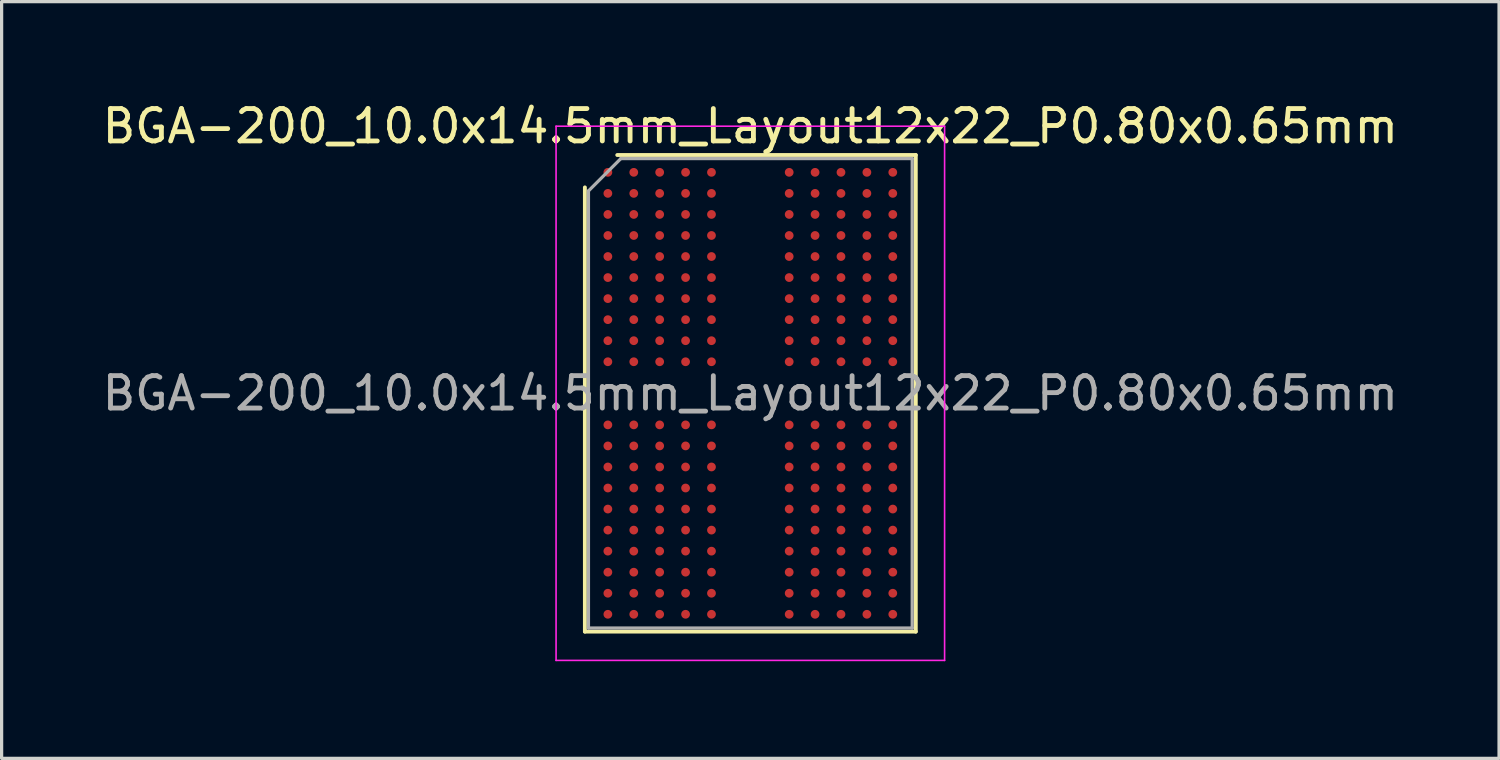
<source format=kicad_pcb>
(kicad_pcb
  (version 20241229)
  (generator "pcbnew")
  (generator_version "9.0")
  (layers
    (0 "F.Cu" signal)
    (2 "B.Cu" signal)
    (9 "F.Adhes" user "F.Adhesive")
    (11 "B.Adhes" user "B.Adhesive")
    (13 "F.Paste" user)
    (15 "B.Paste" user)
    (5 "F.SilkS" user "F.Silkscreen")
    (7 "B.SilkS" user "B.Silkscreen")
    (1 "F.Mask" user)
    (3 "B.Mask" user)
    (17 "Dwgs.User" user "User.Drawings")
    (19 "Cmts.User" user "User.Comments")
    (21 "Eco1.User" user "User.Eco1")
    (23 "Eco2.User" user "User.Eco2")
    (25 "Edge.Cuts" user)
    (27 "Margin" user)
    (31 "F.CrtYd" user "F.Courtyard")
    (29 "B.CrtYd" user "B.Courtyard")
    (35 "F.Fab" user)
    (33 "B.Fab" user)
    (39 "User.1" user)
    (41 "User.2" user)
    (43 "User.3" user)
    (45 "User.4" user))
  (footprint "BGA-200_10.0x14.5mm_Layout12x22_P0.80x0.65mm"
    (layer "F.Cu")
    (at 20.125 9.098)
    (property "Reference" "BGA-200_10.0x14.5mm_Layout12x22_P0.80x0.65mm" (at 0 -8.25 0) (layer "F.SilkS") (effects (font (size 1 1) (thickness 0.15))))
    (attr smd)
    (fp_line (start -5.11 7.36) (end -5.11 -6.36) (stroke (width 0.12) (type solid)) (layer "F.SilkS"))
    (fp_line (start -4.11 -7.36) (end 5.11 -7.36) (stroke (width 0.12) (type solid)) (layer "F.SilkS"))
    (fp_line (start 5.11 -7.36) (end 5.11 7.36) (stroke (width 0.12) (type solid)) (layer "F.SilkS"))
    (fp_line (start 5.11 7.36) (end -5.11 7.36) (stroke (width 0.12) (type solid)) (layer "F.SilkS"))
    (fp_line (start -6 -8.25) (end -6 8.25) (stroke (width 0.05) (type solid)) (layer "F.CrtYd"))
    (fp_line (start -6 8.25) (end 6 8.25) (stroke (width 0.05) (type solid)) (layer "F.CrtYd"))
    (fp_line (start 6 -8.25) (end -6 -8.25) (stroke (width 0.05) (type solid)) (layer "F.CrtYd"))
    (fp_line (start 6 8.25) (end 6 -8.25) (stroke (width 0.05) (type solid)) (layer "F.CrtYd"))
    (fp_line (start -5 -6.25) (end -4 -7.25) (stroke (width 0.1) (type solid)) (layer "F.Fab"))
    (fp_line (start -5 7.25) (end -5 -6.25) (stroke (width 0.1) (type solid)) (layer "F.Fab"))
    (fp_line (start -4 -7.25) (end 5 -7.25) (stroke (width 0.1) (type solid)) (layer "F.Fab"))
    (fp_line (start 5 -7.25) (end 5 7.25) (stroke (width 0.1) (type solid)) (layer "F.Fab"))
    (fp_line (start 5 7.25) (end -5 7.25) (stroke (width 0.1) (type solid)) (layer "F.Fab"))
    (fp_text user "${REFERENCE}" (at 0 0 0) (layer "F.Fab") (effects (font (size 1 1) (thickness 0.15))))
    (pad "A1" smd circle (at -4.4 -6.825) (size 0.27 0.27) (layers "F.Cu" "F.Mask" "F.Paste"))
    (pad "A2" smd circle (at -3.6 -6.825) (size 0.27 0.27) (layers "F.Cu" "F.Mask" "F.Paste"))
    (pad "A3" smd circle (at -2.8 -6.825) (size 0.27 0.27) (layers "F.Cu" "F.Mask" "F.Paste"))
    (pad "A4" smd circle (at -2 -6.825) (size 0.27 0.27) (layers "F.Cu" "F.Mask" "F.Paste"))
    (pad "A5" smd circle (at -1.2 -6.825) (size 0.27 0.27) (layers "F.Cu" "F.Mask" "F.Paste"))
    (pad "A8" smd circle (at 1.2 -6.825) (size 0.27 0.27) (layers "F.Cu" "F.Mask" "F.Paste"))
    (pad "A9" smd circle (at 2 -6.825) (size 0.27 0.27) (layers "F.Cu" "F.Mask" "F.Paste"))
    (pad "A10" smd circle (at 2.8 -6.825) (size 0.27 0.27) (layers "F.Cu" "F.Mask" "F.Paste"))
    (pad "A11" smd circle (at 3.6 -6.825) (size 0.27 0.27) (layers "F.Cu" "F.Mask" "F.Paste"))
    (pad "A12" smd circle (at 4.4 -6.825) (size 0.27 0.27) (layers "F.Cu" "F.Mask" "F.Paste"))
    (pad "AA1" smd circle (at -4.4 6.175) (size 0.27 0.27) (layers "F.Cu" "F.Mask" "F.Paste"))
    (pad "AA2" smd circle (at -3.6 6.175) (size 0.27 0.27) (layers "F.Cu" "F.Mask" "F.Paste"))
    (pad "AA3" smd circle (at -2.8 6.175) (size 0.27 0.27) (layers "F.Cu" "F.Mask" "F.Paste"))
    (pad "AA4" smd circle (at -2 6.175) (size 0.27 0.27) (layers "F.Cu" "F.Mask" "F.Paste"))
    (pad "AA5" smd circle (at -1.2 6.175) (size 0.27 0.27) (layers "F.Cu" "F.Mask" "F.Paste"))
    (pad "AA8" smd circle (at 1.2 6.175) (size 0.27 0.27) (layers "F.Cu" "F.Mask" "F.Paste"))
    (pad "AA9" smd circle (at 2 6.175) (size 0.27 0.27) (layers "F.Cu" "F.Mask" "F.Paste"))
    (pad "AA10" smd circle (at 2.8 6.175) (size 0.27 0.27) (layers "F.Cu" "F.Mask" "F.Paste"))
    (pad "AA11" smd circle (at 3.6 6.175) (size 0.27 0.27) (layers "F.Cu" "F.Mask" "F.Paste"))
    (pad "AA12" smd circle (at 4.4 6.175) (size 0.27 0.27) (layers "F.Cu" "F.Mask" "F.Paste"))
    (pad "AB1" smd circle (at -4.4 6.825) (size 0.27 0.27) (layers "F.Cu" "F.Mask" "F.Paste"))
    (pad "AB2" smd circle (at -3.6 6.825) (size 0.27 0.27) (layers "F.Cu" "F.Mask" "F.Paste"))
    (pad "AB3" smd circle (at -2.8 6.825) (size 0.27 0.27) (layers "F.Cu" "F.Mask" "F.Paste"))
    (pad "AB4" smd circle (at -2 6.825) (size 0.27 0.27) (layers "F.Cu" "F.Mask" "F.Paste"))
    (pad "AB5" smd circle (at -1.2 6.825) (size 0.27 0.27) (layers "F.Cu" "F.Mask" "F.Paste"))
    (pad "AB8" smd circle (at 1.2 6.825) (size 0.27 0.27) (layers "F.Cu" "F.Mask" "F.Paste"))
    (pad "AB9" smd circle (at 2 6.825) (size 0.27 0.27) (layers "F.Cu" "F.Mask" "F.Paste"))
    (pad "AB10" smd circle (at 2.8 6.825) (size 0.27 0.27) (layers "F.Cu" "F.Mask" "F.Paste"))
    (pad "AB11" smd circle (at 3.6 6.825) (size 0.27 0.27) (layers "F.Cu" "F.Mask" "F.Paste"))
    (pad "AB12" smd circle (at 4.4 6.825) (size 0.27 0.27) (layers "F.Cu" "F.Mask" "F.Paste"))
    (pad "B1" smd circle (at -4.4 -6.175) (size 0.27 0.27) (layers "F.Cu" "F.Mask" "F.Paste"))
    (pad "B2" smd circle (at -3.6 -6.175) (size 0.27 0.27) (layers "F.Cu" "F.Mask" "F.Paste"))
    (pad "B3" smd circle (at -2.8 -6.175) (size 0.27 0.27) (layers "F.Cu" "F.Mask" "F.Paste"))
    (pad "B4" smd circle (at -2 -6.175) (size 0.27 0.27) (layers "F.Cu" "F.Mask" "F.Paste"))
    (pad "B5" smd circle (at -1.2 -6.175) (size 0.27 0.27) (layers "F.Cu" "F.Mask" "F.Paste"))
    (pad "B8" smd circle (at 1.2 -6.175) (size 0.27 0.27) (layers "F.Cu" "F.Mask" "F.Paste"))
    (pad "B9" smd circle (at 2 -6.175) (size 0.27 0.27) (layers "F.Cu" "F.Mask" "F.Paste"))
    (pad "B10" smd circle (at 2.8 -6.175) (size 0.27 0.27) (layers "F.Cu" "F.Mask" "F.Paste"))
    (pad "B11" smd circle (at 3.6 -6.175) (size 0.27 0.27) (layers "F.Cu" "F.Mask" "F.Paste"))
    (pad "B12" smd circle (at 4.4 -6.175) (size 0.27 0.27) (layers "F.Cu" "F.Mask" "F.Paste"))
    (pad "C1" smd circle (at -4.4 -5.525) (size 0.27 0.27) (layers "F.Cu" "F.Mask" "F.Paste"))
    (pad "C2" smd circle (at -3.6 -5.525) (size 0.27 0.27) (layers "F.Cu" "F.Mask" "F.Paste"))
    (pad "C3" smd circle (at -2.8 -5.525) (size 0.27 0.27) (layers "F.Cu" "F.Mask" "F.Paste"))
    (pad "C4" smd circle (at -2 -5.525) (size 0.27 0.27) (layers "F.Cu" "F.Mask" "F.Paste"))
    (pad "C5" smd circle (at -1.2 -5.525) (size 0.27 0.27) (layers "F.Cu" "F.Mask" "F.Paste"))
    (pad "C8" smd circle (at 1.2 -5.525) (size 0.27 0.27) (layers "F.Cu" "F.Mask" "F.Paste"))
    (pad "C9" smd circle (at 2 -5.525) (size 0.27 0.27) (layers "F.Cu" "F.Mask" "F.Paste"))
    (pad "C10" smd circle (at 2.8 -5.525) (size 0.27 0.27) (layers "F.Cu" "F.Mask" "F.Paste"))
    (pad "C11" smd circle (at 3.6 -5.525) (size 0.27 0.27) (layers "F.Cu" "F.Mask" "F.Paste"))
    (pad "C12" smd circle (at 4.4 -5.525) (size 0.27 0.27) (layers "F.Cu" "F.Mask" "F.Paste"))
    (pad "D1" smd circle (at -4.4 -4.875) (size 0.27 0.27) (layers "F.Cu" "F.Mask" "F.Paste"))
    (pad "D2" smd circle (at -3.6 -4.875) (size 0.27 0.27) (layers "F.Cu" "F.Mask" "F.Paste"))
    (pad "D3" smd circle (at -2.8 -4.875) (size 0.27 0.27) (layers "F.Cu" "F.Mask" "F.Paste"))
    (pad "D4" smd circle (at -2 -4.875) (size 0.27 0.27) (layers "F.Cu" "F.Mask" "F.Paste"))
    (pad "D5" smd circle (at -1.2 -4.875) (size 0.27 0.27) (layers "F.Cu" "F.Mask" "F.Paste"))
    (pad "D8" smd circle (at 1.2 -4.875) (size 0.27 0.27) (layers "F.Cu" "F.Mask" "F.Paste"))
    (pad "D9" smd circle (at 2 -4.875) (size 0.27 0.27) (layers "F.Cu" "F.Mask" "F.Paste"))
    (pad "D10" smd circle (at 2.8 -4.875) (size 0.27 0.27) (layers "F.Cu" "F.Mask" "F.Paste"))
    (pad "D11" smd circle (at 3.6 -4.875) (size 0.27 0.27) (layers "F.Cu" "F.Mask" "F.Paste"))
    (pad "D12" smd circle (at 4.4 -4.875) (size 0.27 0.27) (layers "F.Cu" "F.Mask" "F.Paste"))
    (pad "E1" smd circle (at -4.4 -4.225) (size 0.27 0.27) (layers "F.Cu" "F.Mask" "F.Paste"))
    (pad "E2" smd circle (at -3.6 -4.225) (size 0.27 0.27) (layers "F.Cu" "F.Mask" "F.Paste"))
    (pad "E3" smd circle (at -2.8 -4.225) (size 0.27 0.27) (layers "F.Cu" "F.Mask" "F.Paste"))
    (pad "E4" smd circle (at -2 -4.225) (size 0.27 0.27) (layers "F.Cu" "F.Mask" "F.Paste"))
    (pad "E5" smd circle (at -1.2 -4.225) (size 0.27 0.27) (layers "F.Cu" "F.Mask" "F.Paste"))
    (pad "E8" smd circle (at 1.2 -4.225) (size 0.27 0.27) (layers "F.Cu" "F.Mask" "F.Paste"))
    (pad "E9" smd circle (at 2 -4.225) (size 0.27 0.27) (layers "F.Cu" "F.Mask" "F.Paste"))
    (pad "E10" smd circle (at 2.8 -4.225) (size 0.27 0.27) (layers "F.Cu" "F.Mask" "F.Paste"))
    (pad "E11" smd circle (at 3.6 -4.225) (size 0.27 0.27) (layers "F.Cu" "F.Mask" "F.Paste"))
    (pad "E12" smd circle (at 4.4 -4.225) (size 0.27 0.27) (layers "F.Cu" "F.Mask" "F.Paste"))
    (pad "F1" smd circle (at -4.4 -3.575) (size 0.27 0.27) (layers "F.Cu" "F.Mask" "F.Paste"))
    (pad "F2" smd circle (at -3.6 -3.575) (size 0.27 0.27) (layers "F.Cu" "F.Mask" "F.Paste"))
    (pad "F3" smd circle (at -2.8 -3.575) (size 0.27 0.27) (layers "F.Cu" "F.Mask" "F.Paste"))
    (pad "F4" smd circle (at -2 -3.575) (size 0.27 0.27) (layers "F.Cu" "F.Mask" "F.Paste"))
    (pad "F5" smd circle (at -1.2 -3.575) (size 0.27 0.27) (layers "F.Cu" "F.Mask" "F.Paste"))
    (pad "F8" smd circle (at 1.2 -3.575) (size 0.27 0.27) (layers "F.Cu" "F.Mask" "F.Paste"))
    (pad "F9" smd circle (at 2 -3.575) (size 0.27 0.27) (layers "F.Cu" "F.Mask" "F.Paste"))
    (pad "F10" smd circle (at 2.8 -3.575) (size 0.27 0.27) (layers "F.Cu" "F.Mask" "F.Paste"))
    (pad "F11" smd circle (at 3.6 -3.575) (size 0.27 0.27) (layers "F.Cu" "F.Mask" "F.Paste"))
    (pad "F12" smd circle (at 4.4 -3.575) (size 0.27 0.27) (layers "F.Cu" "F.Mask" "F.Paste"))
    (pad "G1" smd circle (at -4.4 -2.925) (size 0.27 0.27) (layers "F.Cu" "F.Mask" "F.Paste"))
    (pad "G2" smd circle (at -3.6 -2.925) (size 0.27 0.27) (layers "F.Cu" "F.Mask" "F.Paste"))
    (pad "G3" smd circle (at -2.8 -2.925) (size 0.27 0.27) (layers "F.Cu" "F.Mask" "F.Paste"))
    (pad "G4" smd circle (at -2 -2.925) (size 0.27 0.27) (layers "F.Cu" "F.Mask" "F.Paste"))
    (pad "G5" smd circle (at -1.2 -2.925) (size 0.27 0.27) (layers "F.Cu" "F.Mask" "F.Paste"))
    (pad "G8" smd circle (at 1.2 -2.925) (size 0.27 0.27) (layers "F.Cu" "F.Mask" "F.Paste"))
    (pad "G9" smd circle (at 2 -2.925) (size 0.27 0.27) (layers "F.Cu" "F.Mask" "F.Paste"))
    (pad "G10" smd circle (at 2.8 -2.925) (size 0.27 0.27) (layers "F.Cu" "F.Mask" "F.Paste"))
    (pad "G11" smd circle (at 3.6 -2.925) (size 0.27 0.27) (layers "F.Cu" "F.Mask" "F.Paste"))
    (pad "G12" smd circle (at 4.4 -2.925) (size 0.27 0.27) (layers "F.Cu" "F.Mask" "F.Paste"))
    (pad "H1" smd circle (at -4.4 -2.275) (size 0.27 0.27) (layers "F.Cu" "F.Mask" "F.Paste"))
    (pad "H2" smd circle (at -3.6 -2.275) (size 0.27 0.27) (layers "F.Cu" "F.Mask" "F.Paste"))
    (pad "H3" smd circle (at -2.8 -2.275) (size 0.27 0.27) (layers "F.Cu" "F.Mask" "F.Paste"))
    (pad "H4" smd circle (at -2 -2.275) (size 0.27 0.27) (layers "F.Cu" "F.Mask" "F.Paste"))
    (pad "H5" smd circle (at -1.2 -2.275) (size 0.27 0.27) (layers "F.Cu" "F.Mask" "F.Paste"))
    (pad "H8" smd circle (at 1.2 -2.275) (size 0.27 0.27) (layers "F.Cu" "F.Mask" "F.Paste"))
    (pad "H9" smd circle (at 2 -2.275) (size 0.27 0.27) (layers "F.Cu" "F.Mask" "F.Paste"))
    (pad "H10" smd circle (at 2.8 -2.275) (size 0.27 0.27) (layers "F.Cu" "F.Mask" "F.Paste"))
    (pad "H11" smd circle (at 3.6 -2.275) (size 0.27 0.27) (layers "F.Cu" "F.Mask" "F.Paste"))
    (pad "H12" smd circle (at 4.4 -2.275) (size 0.27 0.27) (layers "F.Cu" "F.Mask" "F.Paste"))
    (pad "J1" smd circle (at -4.4 -1.625) (size 0.27 0.27) (layers "F.Cu" "F.Mask" "F.Paste"))
    (pad "J2" smd circle (at -3.6 -1.625) (size 0.27 0.27) (layers "F.Cu" "F.Mask" "F.Paste"))
    (pad "J3" smd circle (at -2.8 -1.625) (size 0.27 0.27) (layers "F.Cu" "F.Mask" "F.Paste"))
    (pad "J4" smd circle (at -2 -1.625) (size 0.27 0.27) (layers "F.Cu" "F.Mask" "F.Paste"))
    (pad "J5" smd circle (at -1.2 -1.625) (size 0.27 0.27) (layers "F.Cu" "F.Mask" "F.Paste"))
    (pad "J8" smd circle (at 1.2 -1.625) (size 0.27 0.27) (layers "F.Cu" "F.Mask" "F.Paste"))
    (pad "J9" smd circle (at 2 -1.625) (size 0.27 0.27) (layers "F.Cu" "F.Mask" "F.Paste"))
    (pad "J10" smd circle (at 2.8 -1.625) (size 0.27 0.27) (layers "F.Cu" "F.Mask" "F.Paste"))
    (pad "J11" smd circle (at 3.6 -1.625) (size 0.27 0.27) (layers "F.Cu" "F.Mask" "F.Paste"))
    (pad "J12" smd circle (at 4.4 -1.625) (size 0.27 0.27) (layers "F.Cu" "F.Mask" "F.Paste"))
    (pad "K1" smd circle (at -4.4 -0.975) (size 0.27 0.27) (layers "F.Cu" "F.Mask" "F.Paste"))
    (pad "K2" smd circle (at -3.6 -0.975) (size 0.27 0.27) (layers "F.Cu" "F.Mask" "F.Paste"))
    (pad "K3" smd circle (at -2.8 -0.975) (size 0.27 0.27) (layers "F.Cu" "F.Mask" "F.Paste"))
    (pad "K4" smd circle (at -2 -0.975) (size 0.27 0.27) (layers "F.Cu" "F.Mask" "F.Paste"))
    (pad "K5" smd circle (at -1.2 -0.975) (size 0.27 0.27) (layers "F.Cu" "F.Mask" "F.Paste"))
    (pad "K8" smd circle (at 1.2 -0.975) (size 0.27 0.27) (layers "F.Cu" "F.Mask" "F.Paste"))
    (pad "K9" smd circle (at 2 -0.975) (size 0.27 0.27) (layers "F.Cu" "F.Mask" "F.Paste"))
    (pad "K10" smd circle (at 2.8 -0.975) (size 0.27 0.27) (layers "F.Cu" "F.Mask" "F.Paste"))
    (pad "K11" smd circle (at 3.6 -0.975) (size 0.27 0.27) (layers "F.Cu" "F.Mask" "F.Paste"))
    (pad "K12" smd circle (at 4.4 -0.975) (size 0.27 0.27) (layers "F.Cu" "F.Mask" "F.Paste"))
    (pad "N1" smd circle (at -4.4 0.975) (size 0.27 0.27) (layers "F.Cu" "F.Mask" "F.Paste"))
    (pad "N2" smd circle (at -3.6 0.975) (size 0.27 0.27) (layers "F.Cu" "F.Mask" "F.Paste"))
    (pad "N3" smd circle (at -2.8 0.975) (size 0.27 0.27) (layers "F.Cu" "F.Mask" "F.Paste"))
    (pad "N4" smd circle (at -2 0.975) (size 0.27 0.27) (layers "F.Cu" "F.Mask" "F.Paste"))
    (pad "N5" smd circle (at -1.2 0.975) (size 0.27 0.27) (layers "F.Cu" "F.Mask" "F.Paste"))
    (pad "N8" smd circle (at 1.2 0.975) (size 0.27 0.27) (layers "F.Cu" "F.Mask" "F.Paste"))
    (pad "N9" smd circle (at 2 0.975) (size 0.27 0.27) (layers "F.Cu" "F.Mask" "F.Paste"))
    (pad "N10" smd circle (at 2.8 0.975) (size 0.27 0.27) (layers "F.Cu" "F.Mask" "F.Paste"))
    (pad "N11" smd circle (at 3.6 0.975) (size 0.27 0.27) (layers "F.Cu" "F.Mask" "F.Paste"))
    (pad "N12" smd circle (at 4.4 0.975) (size 0.27 0.27) (layers "F.Cu" "F.Mask" "F.Paste"))
    (pad "P1" smd circle (at -4.4 1.625) (size 0.27 0.27) (layers "F.Cu" "F.Mask" "F.Paste"))
    (pad "P2" smd circle (at -3.6 1.625) (size 0.27 0.27) (layers "F.Cu" "F.Mask" "F.Paste"))
    (pad "P3" smd circle (at -2.8 1.625) (size 0.27 0.27) (layers "F.Cu" "F.Mask" "F.Paste"))
    (pad "P4" smd circle (at -2 1.625) (size 0.27 0.27) (layers "F.Cu" "F.Mask" "F.Paste"))
    (pad "P5" smd circle (at -1.2 1.625) (size 0.27 0.27) (layers "F.Cu" "F.Mask" "F.Paste"))
    (pad "P8" smd circle (at 1.2 1.625) (size 0.27 0.27) (layers "F.Cu" "F.Mask" "F.Paste"))
    (pad "P9" smd circle (at 2 1.625) (size 0.27 0.27) (layers "F.Cu" "F.Mask" "F.Paste"))
    (pad "P10" smd circle (at 2.8 1.625) (size 0.27 0.27) (layers "F.Cu" "F.Mask" "F.Paste"))
    (pad "P11" smd circle (at 3.6 1.625) (size 0.27 0.27) (layers "F.Cu" "F.Mask" "F.Paste"))
    (pad "P12" smd circle (at 4.4 1.625) (size 0.27 0.27) (layers "F.Cu" "F.Mask" "F.Paste"))
    (pad "R1" smd circle (at -4.4 2.275) (size 0.27 0.27) (layers "F.Cu" "F.Mask" "F.Paste"))
    (pad "R2" smd circle (at -3.6 2.275) (size 0.27 0.27) (layers "F.Cu" "F.Mask" "F.Paste"))
    (pad "R3" smd circle (at -2.8 2.275) (size 0.27 0.27) (layers "F.Cu" "F.Mask" "F.Paste"))
    (pad "R4" smd circle (at -2 2.275) (size 0.27 0.27) (layers "F.Cu" "F.Mask" "F.Paste"))
    (pad "R5" smd circle (at -1.2 2.275) (size 0.27 0.27) (layers "F.Cu" "F.Mask" "F.Paste"))
    (pad "R8" smd circle (at 1.2 2.275) (size 0.27 0.27) (layers "F.Cu" "F.Mask" "F.Paste"))
    (pad "R9" smd circle (at 2 2.275) (size 0.27 0.27) (layers "F.Cu" "F.Mask" "F.Paste"))
    (pad "R10" smd circle (at 2.8 2.275) (size 0.27 0.27) (layers "F.Cu" "F.Mask" "F.Paste"))
    (pad "R11" smd circle (at 3.6 2.275) (size 0.27 0.27) (layers "F.Cu" "F.Mask" "F.Paste"))
    (pad "R12" smd circle (at 4.4 2.275) (size 0.27 0.27) (layers "F.Cu" "F.Mask" "F.Paste"))
    (pad "T1" smd circle (at -4.4 2.925) (size 0.27 0.27) (layers "F.Cu" "F.Mask" "F.Paste"))
    (pad "T2" smd circle (at -3.6 2.925) (size 0.27 0.27) (layers "F.Cu" "F.Mask" "F.Paste"))
    (pad "T3" smd circle (at -2.8 2.925) (size 0.27 0.27) (layers "F.Cu" "F.Mask" "F.Paste"))
    (pad "T4" smd circle (at -2 2.925) (size 0.27 0.27) (layers "F.Cu" "F.Mask" "F.Paste"))
    (pad "T5" smd circle (at -1.2 2.925) (size 0.27 0.27) (layers "F.Cu" "F.Mask" "F.Paste"))
    (pad "T8" smd circle (at 1.2 2.925) (size 0.27 0.27) (layers "F.Cu" "F.Mask" "F.Paste"))
    (pad "T9" smd circle (at 2 2.925) (size 0.27 0.27) (layers "F.Cu" "F.Mask" "F.Paste"))
    (pad "T10" smd circle (at 2.8 2.925) (size 0.27 0.27) (layers "F.Cu" "F.Mask" "F.Paste"))
    (pad "T11" smd circle (at 3.6 2.925) (size 0.27 0.27) (layers "F.Cu" "F.Mask" "F.Paste"))
    (pad "T12" smd circle (at 4.4 2.925) (size 0.27 0.27) (layers "F.Cu" "F.Mask" "F.Paste"))
    (pad "U1" smd circle (at -4.4 3.575) (size 0.27 0.27) (layers "F.Cu" "F.Mask" "F.Paste"))
    (pad "U2" smd circle (at -3.6 3.575) (size 0.27 0.27) (layers "F.Cu" "F.Mask" "F.Paste"))
    (pad "U3" smd circle (at -2.8 3.575) (size 0.27 0.27) (layers "F.Cu" "F.Mask" "F.Paste"))
    (pad "U4" smd circle (at -2 3.575) (size 0.27 0.27) (layers "F.Cu" "F.Mask" "F.Paste"))
    (pad "U5" smd circle (at -1.2 3.575) (size 0.27 0.27) (layers "F.Cu" "F.Mask" "F.Paste"))
    (pad "U8" smd circle (at 1.2 3.575) (size 0.27 0.27) (layers "F.Cu" "F.Mask" "F.Paste"))
    (pad "U9" smd circle (at 2 3.575) (size 0.27 0.27) (layers "F.Cu" "F.Mask" "F.Paste"))
    (pad "U10" smd circle (at 2.8 3.575) (size 0.27 0.27) (layers "F.Cu" "F.Mask" "F.Paste"))
    (pad "U11" smd circle (at 3.6 3.575) (size 0.27 0.27) (layers "F.Cu" "F.Mask" "F.Paste"))
    (pad "U12" smd circle (at 4.4 3.575) (size 0.27 0.27) (layers "F.Cu" "F.Mask" "F.Paste"))
    (pad "V1" smd circle (at -4.4 4.225) (size 0.27 0.27) (layers "F.Cu" "F.Mask" "F.Paste"))
    (pad "V2" smd circle (at -3.6 4.225) (size 0.27 0.27) (layers "F.Cu" "F.Mask" "F.Paste"))
    (pad "V3" smd circle (at -2.8 4.225) (size 0.27 0.27) (layers "F.Cu" "F.Mask" "F.Paste"))
    (pad "V4" smd circle (at -2 4.225) (size 0.27 0.27) (layers "F.Cu" "F.Mask" "F.Paste"))
    (pad "V5" smd circle (at -1.2 4.225) (size 0.27 0.27) (layers "F.Cu" "F.Mask" "F.Paste"))
    (pad "V8" smd circle (at 1.2 4.225) (size 0.27 0.27) (layers "F.Cu" "F.Mask" "F.Paste"))
    (pad "V9" smd circle (at 2 4.225) (size 0.27 0.27) (layers "F.Cu" "F.Mask" "F.Paste"))
    (pad "V10" smd circle (at 2.8 4.225) (size 0.27 0.27) (layers "F.Cu" "F.Mask" "F.Paste"))
    (pad "V11" smd circle (at 3.6 4.225) (size 0.27 0.27) (layers "F.Cu" "F.Mask" "F.Paste"))
    (pad "V12" smd circle (at 4.4 4.225) (size 0.27 0.27) (layers "F.Cu" "F.Mask" "F.Paste"))
    (pad "W1" smd circle (at -4.4 4.875) (size 0.27 0.27) (layers "F.Cu" "F.Mask" "F.Paste"))
    (pad "W2" smd circle (at -3.6 4.875) (size 0.27 0.27) (layers "F.Cu" "F.Mask" "F.Paste"))
    (pad "W3" smd circle (at -2.8 4.875) (size 0.27 0.27) (layers "F.Cu" "F.Mask" "F.Paste"))
    (pad "W4" smd circle (at -2 4.875) (size 0.27 0.27) (layers "F.Cu" "F.Mask" "F.Paste"))
    (pad "W5" smd circle (at -1.2 4.875) (size 0.27 0.27) (layers "F.Cu" "F.Mask" "F.Paste"))
    (pad "W8" smd circle (at 1.2 4.875) (size 0.27 0.27) (layers "F.Cu" "F.Mask" "F.Paste"))
    (pad "W9" smd circle (at 2 4.875) (size 0.27 0.27) (layers "F.Cu" "F.Mask" "F.Paste"))
    (pad "W10" smd circle (at 2.8 4.875) (size 0.27 0.27) (layers "F.Cu" "F.Mask" "F.Paste"))
    (pad "W11" smd circle (at 3.6 4.875) (size 0.27 0.27) (layers "F.Cu" "F.Mask" "F.Paste"))
    (pad "W12" smd circle (at 4.4 4.875) (size 0.27 0.27) (layers "F.Cu" "F.Mask" "F.Paste"))
    (pad "Y1" smd circle (at -4.4 5.525) (size 0.27 0.27) (layers "F.Cu" "F.Mask" "F.Paste"))
    (pad "Y2" smd circle (at -3.6 5.525) (size 0.27 0.27) (layers "F.Cu" "F.Mask" "F.Paste"))
    (pad "Y3" smd circle (at -2.8 5.525) (size 0.27 0.27) (layers "F.Cu" "F.Mask" "F.Paste"))
    (pad "Y4" smd circle (at -2 5.525) (size 0.27 0.27) (layers "F.Cu" "F.Mask" "F.Paste"))
    (pad "Y5" smd circle (at -1.2 5.525) (size 0.27 0.27) (layers "F.Cu" "F.Mask" "F.Paste"))
    (pad "Y8" smd circle (at 1.2 5.525) (size 0.27 0.27) (layers "F.Cu" "F.Mask" "F.Paste"))
    (pad "Y9" smd circle (at 2 5.525) (size 0.27 0.27) (layers "F.Cu" "F.Mask" "F.Paste"))
    (pad "Y10" smd circle (at 2.8 5.525) (size 0.27 0.27) (layers "F.Cu" "F.Mask" "F.Paste"))
    (pad "Y11" smd circle (at 3.6 5.525) (size 0.27 0.27) (layers "F.Cu" "F.Mask" "F.Paste"))
    (pad "Y12" smd circle (at 4.4 5.525) (size 0.27 0.27) (layers "F.Cu" "F.Mask" "F.Paste")))
  (gr_rect
    (start -3 -3)
    (end 43.25 20.373)
    (stroke (width 0.1) (type default))
    (fill no)
    (layer "Edge.Cuts")))
</source>
